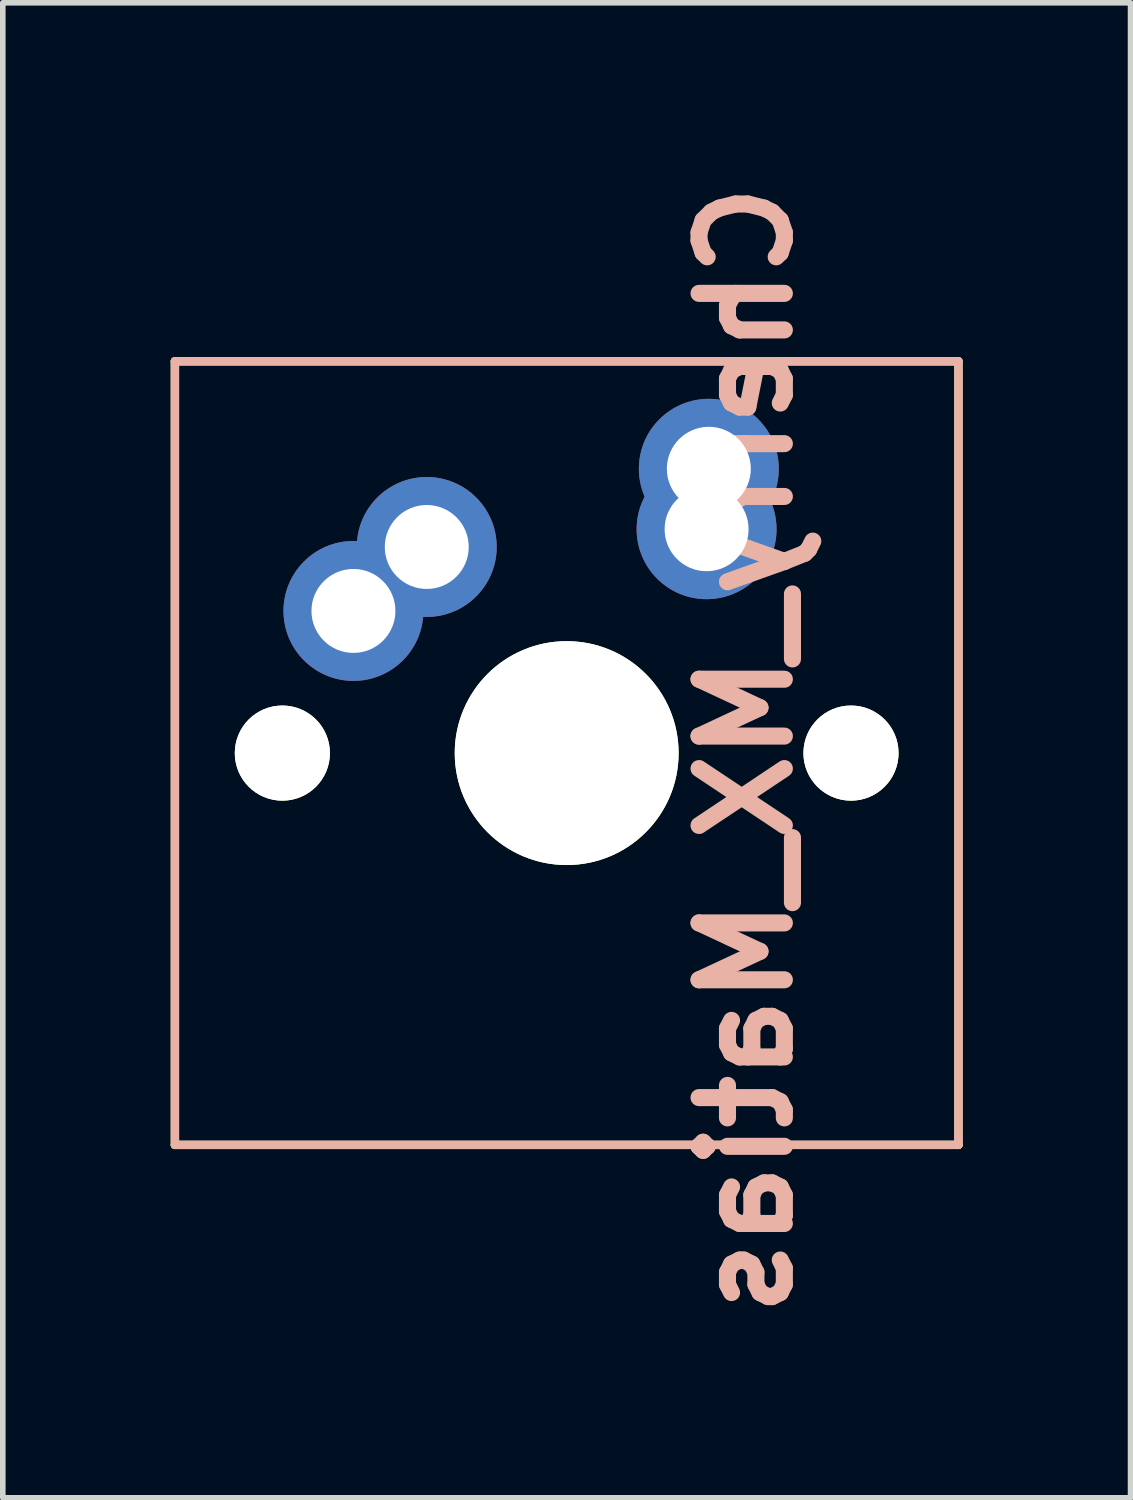
<source format=kicad_pcb>
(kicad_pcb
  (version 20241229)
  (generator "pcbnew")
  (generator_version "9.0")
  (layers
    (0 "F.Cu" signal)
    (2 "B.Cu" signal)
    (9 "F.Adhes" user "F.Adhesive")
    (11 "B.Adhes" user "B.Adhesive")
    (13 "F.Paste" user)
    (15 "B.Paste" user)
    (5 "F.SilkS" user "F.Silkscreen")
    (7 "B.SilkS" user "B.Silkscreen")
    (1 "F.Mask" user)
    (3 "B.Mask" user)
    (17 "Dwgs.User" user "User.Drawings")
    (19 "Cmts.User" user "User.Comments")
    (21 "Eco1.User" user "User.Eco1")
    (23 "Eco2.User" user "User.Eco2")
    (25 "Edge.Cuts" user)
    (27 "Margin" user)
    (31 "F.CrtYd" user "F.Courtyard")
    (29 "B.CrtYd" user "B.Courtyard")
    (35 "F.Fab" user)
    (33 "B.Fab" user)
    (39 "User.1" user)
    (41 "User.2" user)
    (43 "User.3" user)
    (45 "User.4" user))
  (footprint "Cherry_MX_Matias"
    (layer "F.Cu")
    (at 7.075 10.406)
    (property "Reference" "Cherry_MX_Matias" (at 3.2 -0.05 90) (layer "B.SilkS") (effects (font (size 1.524 1.524) (thickness 0.305)) (justify mirror)))
    (attr through_hole)
    (fp_line (start -7 -7) (end 7 -7) (stroke (width 0.15) (type solid)) (layer "F.SilkS"))
    (fp_line (start -7 7) (end -7 -7) (stroke (width 0.15) (type solid)) (layer "F.SilkS"))
    (fp_line (start 7 -7) (end 7 7) (stroke (width 0.15) (type solid)) (layer "F.SilkS"))
    (fp_line (start 7 7) (end -7 7) (stroke (width 0.15) (type solid)) (layer "F.SilkS"))
    (fp_line (start -7 -7) (end 7 -7) (stroke (width 0.15) (type solid)) (layer "B.SilkS"))
    (fp_line (start -7 7) (end -7 -7) (stroke (width 0.15) (type solid)) (layer "B.SilkS"))
    (fp_line (start 7 -7) (end 7 7) (stroke (width 0.15) (type solid)) (layer "B.SilkS"))
    (fp_line (start 7 7) (end -7 7) (stroke (width 0.15) (type solid)) (layer "B.SilkS"))
    (pad "" np_thru_hole circle (at -5.08 0) (size 1.7 1.7) (drill 1.7) (layers "*.Cu" "*.Mask" "F.SilkS"))
    (pad "" np_thru_hole circle (at 0 0) (size 4 4) (drill 4) (layers "*.Cu" "*.Mask" "F.SilkS"))
    (pad "" np_thru_hole circle (at 5.08 0) (size 1.7 1.7) (drill 1.7) (layers "*.Cu" "*.Mask" "F.SilkS"))
    (pad "1" thru_hole circle (at -3.81 -2.54) (size 2.5 2.5) (drill 1.5) (layers "*.Cu" "*.Mask"))
    (pad "1" thru_hole circle (at -2.5 -3.683) (size 2.5 2.5) (drill 1.5) (layers "*.Cu" "*.Mask"))
    (pad "2" thru_hole circle (at 2.5 -4) (size 2.5 2.5) (drill 1.5) (layers "*.Cu" "*.Mask"))
    (pad "2" thru_hole circle (at 2.54 -5.08) (size 2.5 2.5) (drill 1.5) (layers "*.Cu" "*.Mask")))
  (gr_rect
    (start -3 -3)
    (end 17.15 23.712)
    (stroke (width 0.1) (type default))
    (fill no)
    (layer "Edge.Cuts")))
</source>
